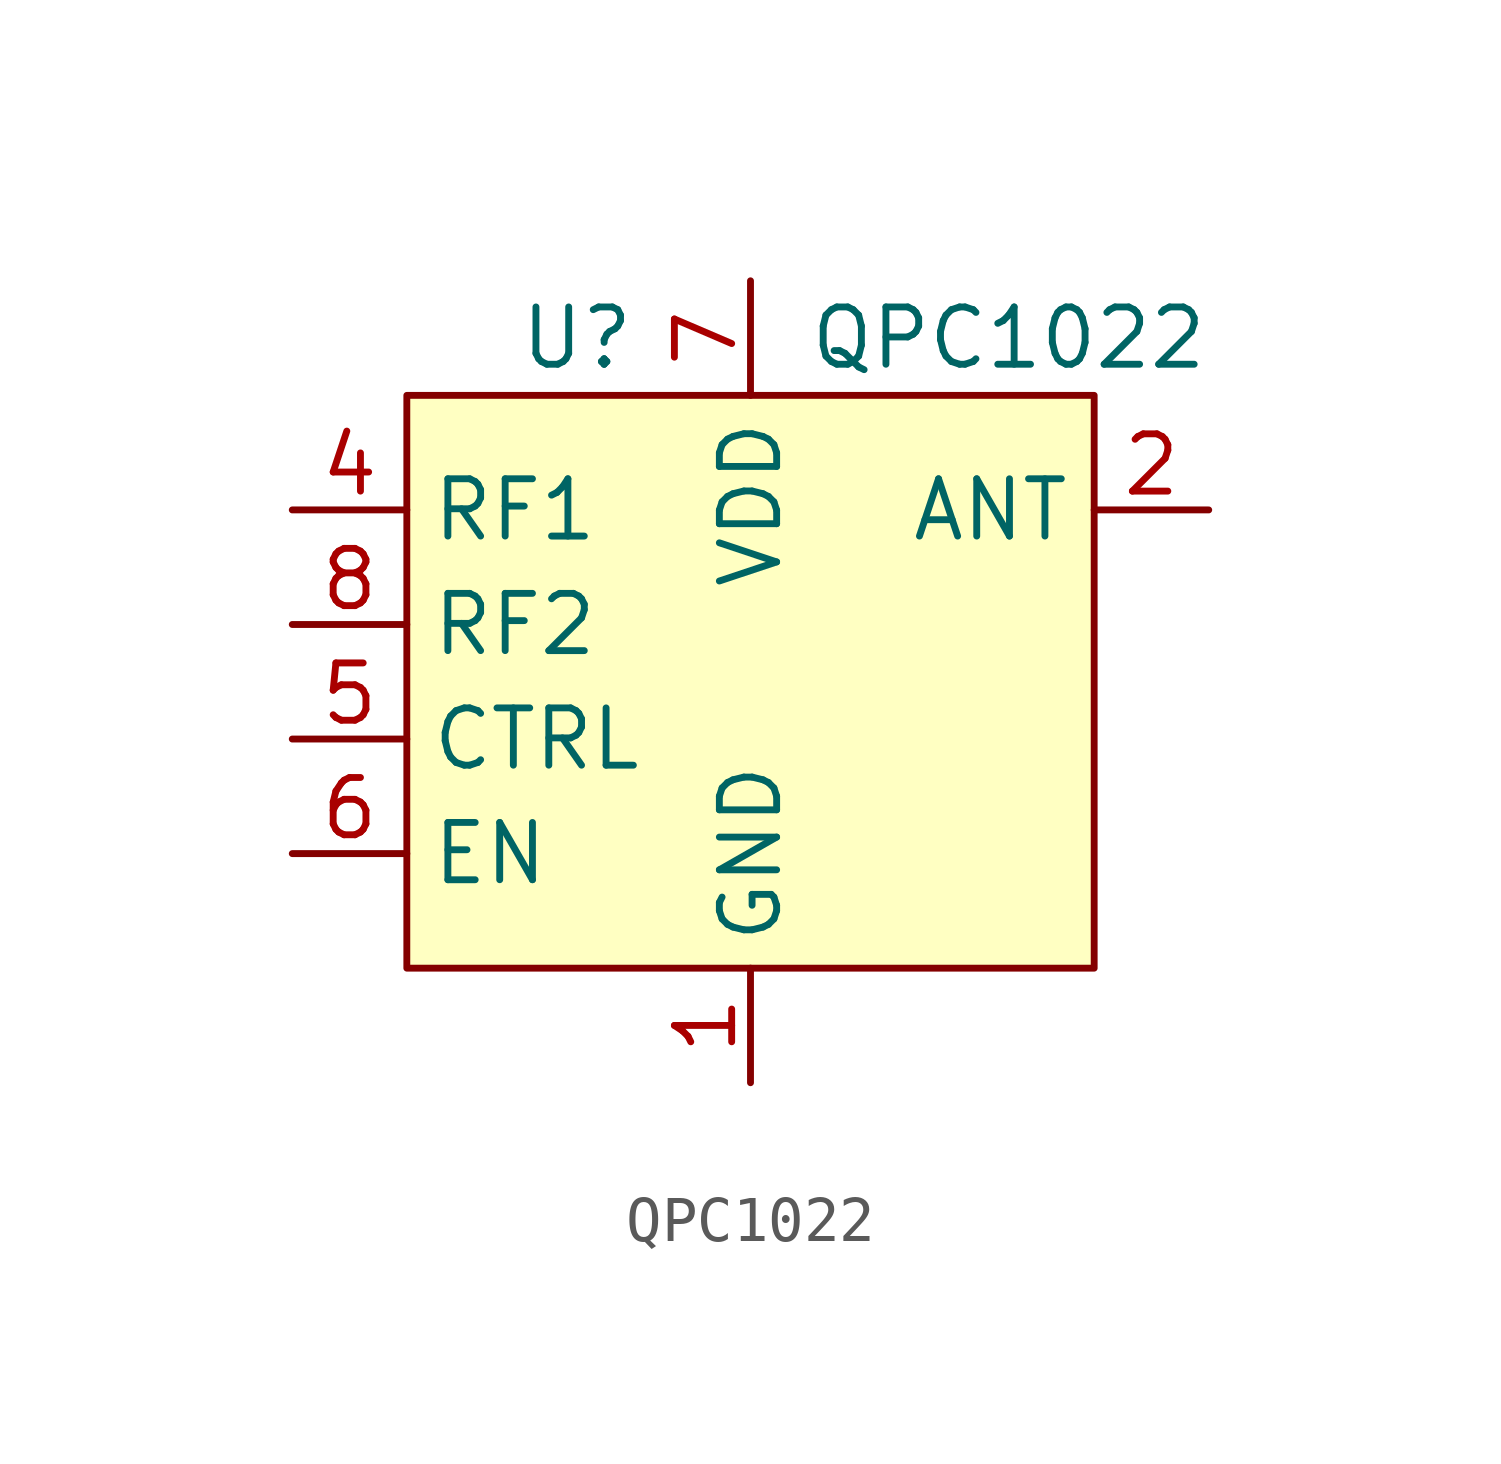
<source format=kicad_sym>
(kicad_symbol_lib
  (version 20211014)
  (generator kicad_symbol_editor)
  (symbol "QPC1022"
    (property "Reference" "U"
      (at -2.54 7.62 0)
      (effects (font (size 1.27 1.27)) (justify right)))
    (property "Value" "QPC1022"
      (at 1.27 7.62 0)
      (effects (font (size 1.27 1.27)) (justify left)))
    (symbol "QPC1022_0_1"
      (rectangle (start -7.62 6.35) (end 7.62 -6.35) (stroke (width 0.152) (type default) (color 0 0 0 0)) (fill (type background))))
    (symbol "QPC1022_1_1"
      (pin passive line (at 0 -8.89 90) (length 2.54) (name "GND" (effects (font (size 1.27 1.27)))) (number "1" (effects (font (size 1.27 1.27)))))
      (pin bidirectional line (at 10.16 3.81 180) (length 2.54) (name "ANT" (effects (font (size 1.27 1.27)))) (number "2" (effects (font (size 1.27 1.27)))))
      (pin passive line (at 0 -8.89 90) (length 2.54) hide (name "GND" (effects (font (size 1.27 1.27)))) (number "3" (effects (font (size 1.27 1.27)))))
      (pin bidirectional line (at -10.16 3.81 0) (length 2.54) (name "RF1" (effects (font (size 1.27 1.27)))) (number "4" (effects (font (size 1.27 1.27)))))
      (pin input line (at -10.16 -1.27 0) (length 2.54) (name "CTRL" (effects (font (size 1.27 1.27)))) (number "5" (effects (font (size 1.27 1.27)))))
      (pin input line (at -10.16 -3.81 0) (length 2.54) (name "EN" (effects (font (size 1.27 1.27)))) (number "6" (effects (font (size 1.27 1.27)))))
      (pin power_in line (at 0 8.89 270) (length 2.54) (name "VDD" (effects (font (size 1.27 1.27)))) (number "7" (effects (font (size 1.27 1.27)))))
      (pin bidirectional line (at -10.16 1.27 0) (length 2.54) (name "RF2" (effects (font (size 1.27 1.27)))) (number "8" (effects (font (size 1.27 1.27)))))
      (pin passive line (at 0 -8.89 90) (length 2.54) hide (name "GND" (effects (font (size 1.27 1.27)))) (number "9" (effects (font (size 1.27 1.27))))))))
</source>
